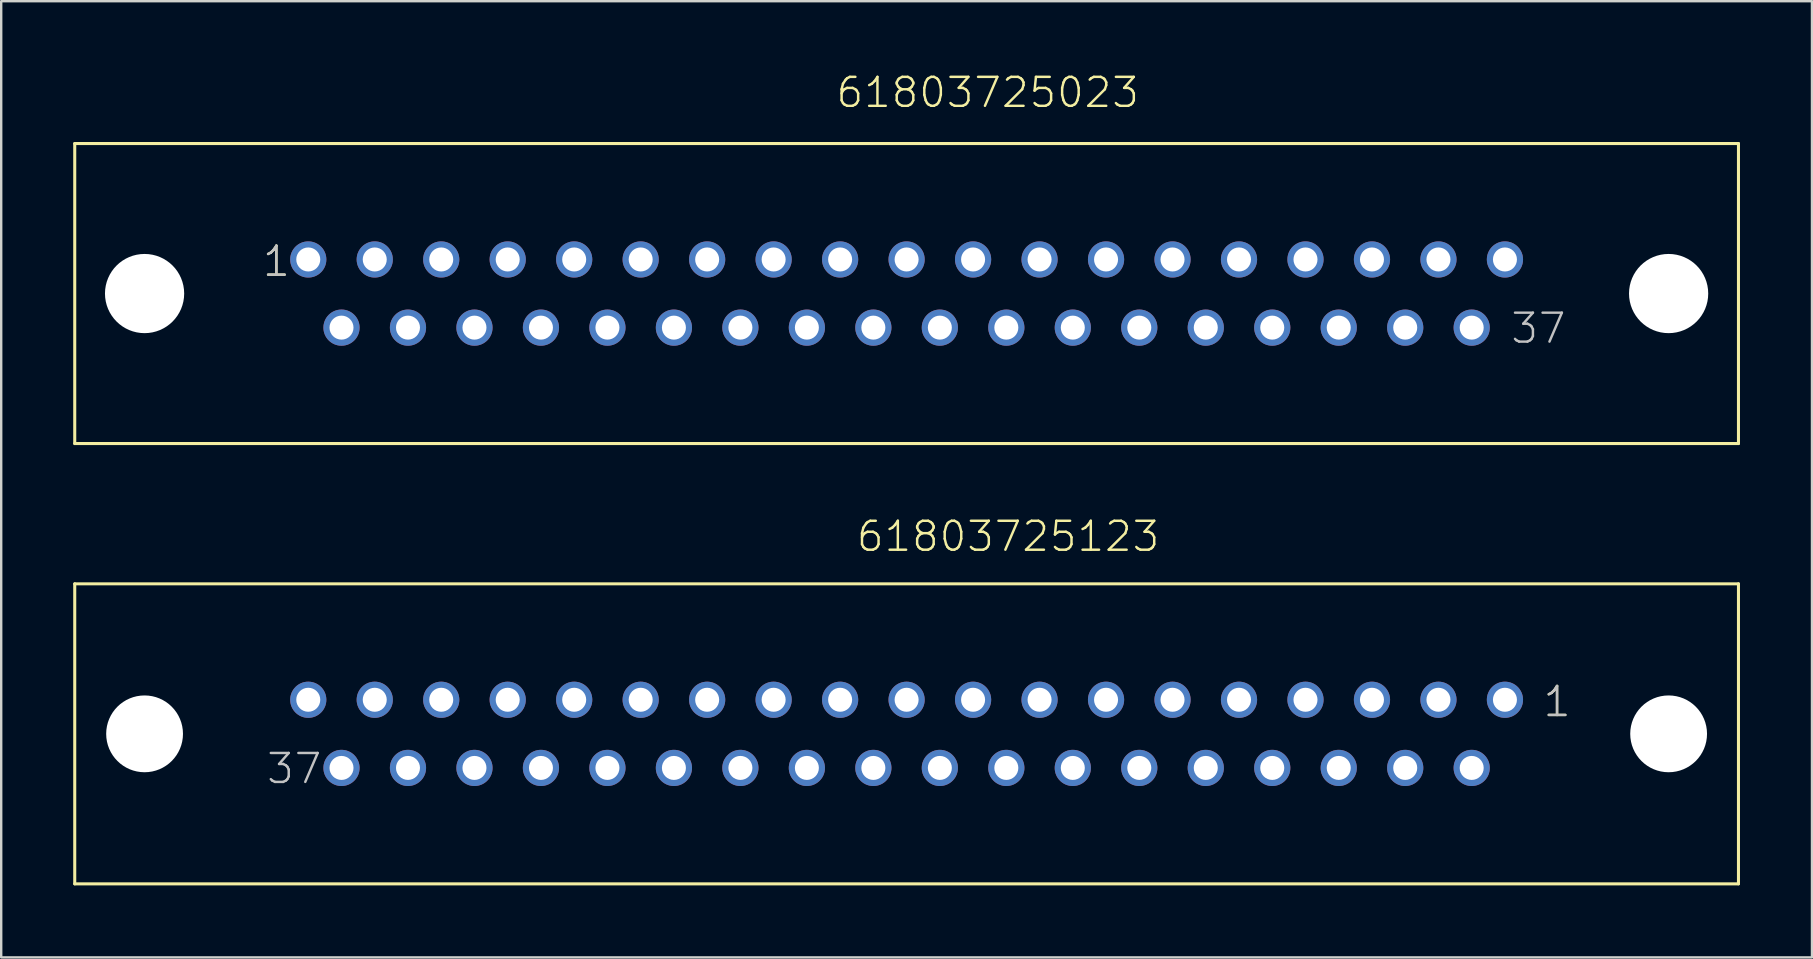
<source format=kicad_pcb>
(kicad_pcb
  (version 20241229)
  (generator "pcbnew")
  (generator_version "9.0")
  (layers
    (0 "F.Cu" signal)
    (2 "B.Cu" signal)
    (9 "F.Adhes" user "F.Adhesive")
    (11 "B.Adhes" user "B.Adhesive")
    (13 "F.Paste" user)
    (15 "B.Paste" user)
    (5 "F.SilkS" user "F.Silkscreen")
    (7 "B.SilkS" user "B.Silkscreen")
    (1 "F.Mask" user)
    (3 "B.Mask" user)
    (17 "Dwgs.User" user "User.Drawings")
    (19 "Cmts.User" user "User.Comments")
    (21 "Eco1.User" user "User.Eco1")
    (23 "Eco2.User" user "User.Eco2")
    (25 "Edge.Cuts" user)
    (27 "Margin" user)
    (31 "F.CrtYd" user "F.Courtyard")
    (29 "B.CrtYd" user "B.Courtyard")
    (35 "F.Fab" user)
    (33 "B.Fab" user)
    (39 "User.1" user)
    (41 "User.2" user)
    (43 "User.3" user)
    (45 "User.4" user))
  (footprint "61803725123"
    (layer "F.Cu")
    (at 34.724 27.526)
    (property "Reference" "61803725123" (at -2.155 -7.52 0) (layer "F.SilkS") (effects (font (size 1.206 1.206) (thickness 0.102)) (justify left bottom)))
    (attr through_hole)
    (fp_line (start -34.66 -6.25) (end 34.66 -6.25) (stroke (width 0.127) (type solid)) (layer "F.SilkS"))
    (fp_line (start -34.66 6.25) (end -34.66 -6.25) (stroke (width 0.127) (type solid)) (layer "F.SilkS"))
    (fp_line (start 34.66 -6.25) (end 34.66 6.25) (stroke (width 0.127) (type solid)) (layer "F.SilkS"))
    (fp_line (start 34.66 6.25) (end -34.66 6.25) (stroke (width 0.127) (type solid)) (layer "F.SilkS"))
    (fp_text user "1" (at 26.46 -0.635 0) (layer "F.SilkS") (effects (font (size 1.206 1.206) (thickness 0.102)) (justify left bottom)))
    (fp_text user "1" (at 26.46 -0.635 0) (layer "Dwgs.User") (effects (font (size 1.206 1.206) (thickness 0.102)) (justify left bottom)))
    (fp_text user "37" (at -26.73 2.155 0) (layer "Dwgs.User") (effects (font (size 1.206 1.206) (thickness 0.102)) (justify left bottom)))
    (pad "" np_thru_hole circle (at -31.75 0) (size 3.2 3.2) (drill 3.2) (layers "*.Cu"))
    (pad "" np_thru_hole circle (at 31.75 0) (size 3.2 3.2) (drill 3.2) (layers "*.Cu"))
    (pad "1" thru_hole circle (at 24.93 -1.42) (size 1.508 1.508) (drill 1) (layers "*.Cu" "*.Mask"))
    (pad "2" thru_hole circle (at 22.16 -1.42) (size 1.508 1.508) (drill 1) (layers "*.Cu" "*.Mask"))
    (pad "3" thru_hole circle (at 19.39 -1.42) (size 1.508 1.508) (drill 1) (layers "*.Cu" "*.Mask"))
    (pad "4" thru_hole circle (at 16.62 -1.42) (size 1.508 1.508) (drill 1) (layers "*.Cu" "*.Mask"))
    (pad "5" thru_hole circle (at 13.85 -1.42) (size 1.508 1.508) (drill 1) (layers "*.Cu" "*.Mask"))
    (pad "6" thru_hole circle (at 11.08 -1.42) (size 1.508 1.508) (drill 1) (layers "*.Cu" "*.Mask"))
    (pad "7" thru_hole circle (at 8.31 -1.42) (size 1.508 1.508) (drill 1) (layers "*.Cu" "*.Mask"))
    (pad "8" thru_hole circle (at 5.54 -1.42) (size 1.508 1.508) (drill 1) (layers "*.Cu" "*.Mask"))
    (pad "9" thru_hole circle (at 2.77 -1.42) (size 1.508 1.508) (drill 1) (layers "*.Cu" "*.Mask"))
    (pad "10" thru_hole circle (at 0 -1.42) (size 1.508 1.508) (drill 1) (layers "*.Cu" "*.Mask"))
    (pad "11" thru_hole circle (at -2.77 -1.42) (size 1.508 1.508) (drill 1) (layers "*.Cu" "*.Mask"))
    (pad "12" thru_hole circle (at -5.54 -1.42) (size 1.508 1.508) (drill 1) (layers "*.Cu" "*.Mask"))
    (pad "13" thru_hole circle (at -8.31 -1.42) (size 1.508 1.508) (drill 1) (layers "*.Cu" "*.Mask"))
    (pad "14" thru_hole circle (at -11.08 -1.42) (size 1.508 1.508) (drill 1) (layers "*.Cu" "*.Mask"))
    (pad "15" thru_hole circle (at -13.85 -1.42) (size 1.508 1.508) (drill 1) (layers "*.Cu" "*.Mask"))
    (pad "16" thru_hole circle (at -16.62 -1.42) (size 1.508 1.508) (drill 1) (layers "*.Cu" "*.Mask"))
    (pad "17" thru_hole circle (at -19.39 -1.42) (size 1.508 1.508) (drill 1) (layers "*.Cu" "*.Mask"))
    (pad "18" thru_hole circle (at -22.16 -1.42) (size 1.508 1.508) (drill 1) (layers "*.Cu" "*.Mask"))
    (pad "19" thru_hole circle (at -24.93 -1.42) (size 1.508 1.508) (drill 1) (layers "*.Cu" "*.Mask"))
    (pad "20" thru_hole circle (at 23.545 1.42) (size 1.508 1.508) (drill 1) (layers "*.Cu" "*.Mask"))
    (pad "21" thru_hole circle (at 20.775 1.42) (size 1.508 1.508) (drill 1) (layers "*.Cu" "*.Mask"))
    (pad "22" thru_hole circle (at 18.005 1.42) (size 1.508 1.508) (drill 1) (layers "*.Cu" "*.Mask"))
    (pad "23" thru_hole circle (at 15.235 1.42) (size 1.508 1.508) (drill 1) (layers "*.Cu" "*.Mask"))
    (pad "24" thru_hole circle (at 12.465 1.42) (size 1.508 1.508) (drill 1) (layers "*.Cu" "*.Mask"))
    (pad "25" thru_hole circle (at 9.695 1.42) (size 1.508 1.508) (drill 1) (layers "*.Cu" "*.Mask"))
    (pad "26" thru_hole circle (at 6.925 1.42) (size 1.508 1.508) (drill 1) (layers "*.Cu" "*.Mask"))
    (pad "27" thru_hole circle (at 4.155 1.42) (size 1.508 1.508) (drill 1) (layers "*.Cu" "*.Mask"))
    (pad "28" thru_hole circle (at 1.385 1.42) (size 1.508 1.508) (drill 1) (layers "*.Cu" "*.Mask"))
    (pad "29" thru_hole circle (at -1.385 1.42) (size 1.508 1.508) (drill 1) (layers "*.Cu" "*.Mask"))
    (pad "30" thru_hole circle (at -4.155 1.42) (size 1.508 1.508) (drill 1) (layers "*.Cu" "*.Mask"))
    (pad "31" thru_hole circle (at -6.925 1.42) (size 1.508 1.508) (drill 1) (layers "*.Cu" "*.Mask"))
    (pad "32" thru_hole circle (at -9.695 1.42) (size 1.508 1.508) (drill 1) (layers "*.Cu" "*.Mask"))
    (pad "33" thru_hole circle (at -12.465 1.42) (size 1.508 1.508) (drill 1) (layers "*.Cu" "*.Mask"))
    (pad "34" thru_hole circle (at -15.235 1.42) (size 1.508 1.508) (drill 1) (layers "*.Cu" "*.Mask"))
    (pad "35" thru_hole circle (at -18.005 1.42) (size 1.508 1.508) (drill 1) (layers "*.Cu" "*.Mask"))
    (pad "36" thru_hole circle (at -20.775 1.42) (size 1.508 1.508) (drill 1) (layers "*.Cu" "*.Mask"))
    (pad "37" thru_hole circle (at -23.545 1.42) (size 1.508 1.508) (drill 1) (layers "*.Cu" "*.Mask")))
  (footprint "61803725023"
    (layer "F.Cu")
    (at 34.724 9.181)
    (property "Reference" "61803725023" (at -3.005 -7.67 0) (layer "F.SilkS") (effects (font (size 1.206 1.206) (thickness 0.102)) (justify left bottom)))
    (attr through_hole)
    (fp_line (start -34.66 -6.25) (end 34.66 -6.25) (stroke (width 0.127) (type solid)) (layer "F.SilkS"))
    (fp_line (start -34.66 6.25) (end -34.66 -6.25) (stroke (width 0.127) (type solid)) (layer "F.SilkS"))
    (fp_line (start 34.66 -6.25) (end 34.66 6.25) (stroke (width 0.127) (type solid)) (layer "F.SilkS"))
    (fp_line (start 34.66 6.25) (end -34.66 6.25) (stroke (width 0.127) (type solid)) (layer "F.SilkS"))
    (fp_text user "1" (at -26.9 -0.635 0) (layer "F.SilkS") (effects (font (size 1.206 1.206) (thickness 0.102)) (justify left bottom)))
    (fp_text user "37" (at 25.11 2.155 0) (layer "Dwgs.User") (effects (font (size 1.206 1.206) (thickness 0.102)) (justify left bottom)))
    (fp_text user "1" (at -26.9 -0.635 0) (layer "Dwgs.User") (effects (font (size 1.206 1.206) (thickness 0.102)) (justify left bottom)))
    (pad "" np_thru_hole circle (at -31.75 0) (size 3.3 3.3) (drill 3.3) (layers "*.Cu"))
    (pad "" np_thru_hole circle (at 31.75 0) (size 3.3 3.3) (drill 3.3) (layers "*.Cu"))
    (pad "1" thru_hole circle (at -24.93 -1.42) (size 1.508 1.508) (drill 1) (layers "*.Cu" "*.Mask"))
    (pad "2" thru_hole circle (at -22.16 -1.42) (size 1.508 1.508) (drill 1) (layers "*.Cu" "*.Mask"))
    (pad "3" thru_hole circle (at -19.39 -1.42) (size 1.508 1.508) (drill 1) (layers "*.Cu" "*.Mask"))
    (pad "4" thru_hole circle (at -16.62 -1.42) (size 1.508 1.508) (drill 1) (layers "*.Cu" "*.Mask"))
    (pad "5" thru_hole circle (at -13.85 -1.42) (size 1.508 1.508) (drill 1) (layers "*.Cu" "*.Mask"))
    (pad "6" thru_hole circle (at -11.08 -1.42) (size 1.508 1.508) (drill 1) (layers "*.Cu" "*.Mask"))
    (pad "7" thru_hole circle (at -8.31 -1.42) (size 1.508 1.508) (drill 1) (layers "*.Cu" "*.Mask"))
    (pad "8" thru_hole circle (at -5.54 -1.42) (size 1.508 1.508) (drill 1) (layers "*.Cu" "*.Mask"))
    (pad "9" thru_hole circle (at -2.77 -1.42) (size 1.508 1.508) (drill 1) (layers "*.Cu" "*.Mask"))
    (pad "10" thru_hole circle (at 0 -1.42) (size 1.508 1.508) (drill 1) (layers "*.Cu" "*.Mask"))
    (pad "11" thru_hole circle (at 2.77 -1.42) (size 1.508 1.508) (drill 1) (layers "*.Cu" "*.Mask"))
    (pad "12" thru_hole circle (at 5.54 -1.42) (size 1.508 1.508) (drill 1) (layers "*.Cu" "*.Mask"))
    (pad "13" thru_hole circle (at 8.31 -1.42) (size 1.508 1.508) (drill 1) (layers "*.Cu" "*.Mask"))
    (pad "14" thru_hole circle (at 11.08 -1.42) (size 1.508 1.508) (drill 1) (layers "*.Cu" "*.Mask"))
    (pad "15" thru_hole circle (at 13.85 -1.42) (size 1.508 1.508) (drill 1) (layers "*.Cu" "*.Mask"))
    (pad "16" thru_hole circle (at 16.62 -1.42) (size 1.508 1.508) (drill 1) (layers "*.Cu" "*.Mask"))
    (pad "17" thru_hole circle (at 19.39 -1.42) (size 1.508 1.508) (drill 1) (layers "*.Cu" "*.Mask"))
    (pad "18" thru_hole circle (at 22.16 -1.42) (size 1.508 1.508) (drill 1) (layers "*.Cu" "*.Mask"))
    (pad "19" thru_hole circle (at 24.93 -1.42) (size 1.508 1.508) (drill 1) (layers "*.Cu" "*.Mask"))
    (pad "20" thru_hole circle (at -23.545 1.42) (size 1.508 1.508) (drill 1) (layers "*.Cu" "*.Mask"))
    (pad "21" thru_hole circle (at -20.775 1.42) (size 1.508 1.508) (drill 1) (layers "*.Cu" "*.Mask"))
    (pad "22" thru_hole circle (at -18.005 1.42) (size 1.508 1.508) (drill 1) (layers "*.Cu" "*.Mask"))
    (pad "23" thru_hole circle (at -15.235 1.42) (size 1.508 1.508) (drill 1) (layers "*.Cu" "*.Mask"))
    (pad "24" thru_hole circle (at -12.465 1.42) (size 1.508 1.508) (drill 1) (layers "*.Cu" "*.Mask"))
    (pad "25" thru_hole circle (at -9.695 1.42) (size 1.508 1.508) (drill 1) (layers "*.Cu" "*.Mask"))
    (pad "26" thru_hole circle (at -6.925 1.42) (size 1.508 1.508) (drill 1) (layers "*.Cu" "*.Mask"))
    (pad "27" thru_hole circle (at -4.155 1.42) (size 1.508 1.508) (drill 1) (layers "*.Cu" "*.Mask"))
    (pad "28" thru_hole circle (at -1.385 1.42) (size 1.508 1.508) (drill 1) (layers "*.Cu" "*.Mask"))
    (pad "29" thru_hole circle (at 1.385 1.42) (size 1.508 1.508) (drill 1) (layers "*.Cu" "*.Mask"))
    (pad "30" thru_hole circle (at 4.155 1.42) (size 1.508 1.508) (drill 1) (layers "*.Cu" "*.Mask"))
    (pad "31" thru_hole circle (at 6.925 1.42) (size 1.508 1.508) (drill 1) (layers "*.Cu" "*.Mask"))
    (pad "32" thru_hole circle (at 9.695 1.42) (size 1.508 1.508) (drill 1) (layers "*.Cu" "*.Mask"))
    (pad "33" thru_hole circle (at 12.465 1.42) (size 1.508 1.508) (drill 1) (layers "*.Cu" "*.Mask"))
    (pad "34" thru_hole circle (at 15.235 1.42) (size 1.508 1.508) (drill 1) (layers "*.Cu" "*.Mask"))
    (pad "35" thru_hole circle (at 18.005 1.42) (size 1.508 1.508) (drill 1) (layers "*.Cu" "*.Mask"))
    (pad "36" thru_hole circle (at 20.775 1.42) (size 1.508 1.508) (drill 1) (layers "*.Cu" "*.Mask"))
    (pad "37" thru_hole circle (at 23.545 1.42) (size 1.508 1.508) (drill 1) (layers "*.Cu" "*.Mask")))
  (gr_rect
    (start -3 -3)
    (end 72.447 36.84)
    (stroke (width 0.1) (type default))
    (fill no)
    (layer "Edge.Cuts")))
</source>
